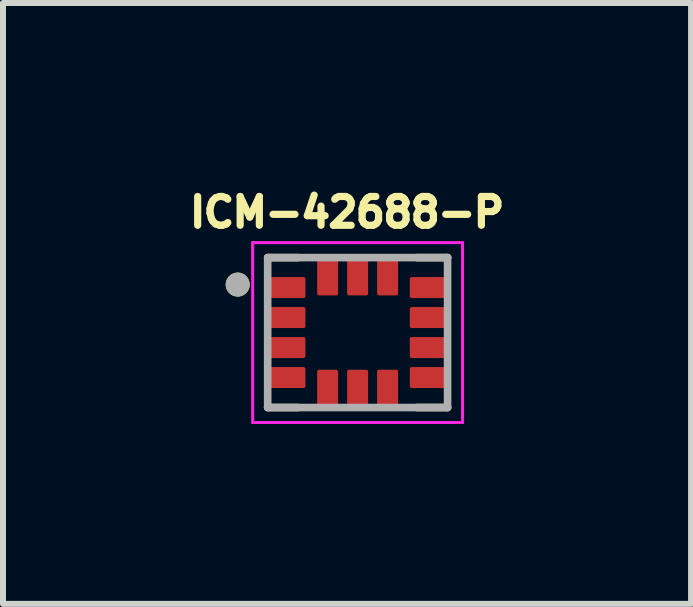
<source format=kicad_pcb>
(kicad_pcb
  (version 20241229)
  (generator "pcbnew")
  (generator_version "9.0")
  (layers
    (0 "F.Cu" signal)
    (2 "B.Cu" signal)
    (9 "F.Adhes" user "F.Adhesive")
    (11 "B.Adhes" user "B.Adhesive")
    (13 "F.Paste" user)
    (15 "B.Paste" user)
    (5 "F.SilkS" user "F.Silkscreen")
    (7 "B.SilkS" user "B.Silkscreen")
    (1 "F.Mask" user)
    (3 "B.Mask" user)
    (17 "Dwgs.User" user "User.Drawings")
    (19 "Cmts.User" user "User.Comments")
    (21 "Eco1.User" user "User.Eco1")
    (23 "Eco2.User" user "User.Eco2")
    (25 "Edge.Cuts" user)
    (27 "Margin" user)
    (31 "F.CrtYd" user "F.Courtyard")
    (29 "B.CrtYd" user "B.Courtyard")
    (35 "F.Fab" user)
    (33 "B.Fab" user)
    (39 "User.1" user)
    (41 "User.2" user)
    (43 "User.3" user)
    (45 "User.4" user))
  (footprint "ICM-42688-P"
    (layer "F.Cu")
    (at 2.914 2.496)
    (property "Reference" "ICM-42688-P" (at -0.176 -2.005 0) (layer "F.SilkS") (effects (font (size 0.48 0.48) (thickness 0.15))))
    (attr smd)
    (fp_poly (pts (xy -0.82 -0.85) (xy -0.82 -0.65) (xy -0.82 -0.643) (xy -0.821 -0.637) (xy -0.822 -0.63) (xy -0.823 -0.624) (xy -0.824 -0.618) (xy -0.826 -0.611) (xy -0.828 -0.605) (xy -0.831 -0.599) (xy -0.834 -0.593) (xy -0.837 -0.588) (xy -0.84 -0.582) (xy -0.844 -0.577) (xy -0.848 -0.571) (xy -0.852 -0.566) (xy -0.857 -0.562) (xy -0.861 -0.557) (xy -0.866 -0.553) (xy -0.872 -0.549) (xy -0.877 -0.545) (xy -0.882 -0.542) (xy -0.888 -0.539) (xy -0.894 -0.536) (xy -0.9 -0.533) (xy -0.906 -0.531) (xy -0.913 -0.529) (xy -0.919 -0.528) (xy -0.925 -0.527) (xy -0.932 -0.526) (xy -0.938 -0.525) (xy -0.945 -0.525) (xy -1.385 -0.525) (xy -1.392 -0.525) (xy -1.398 -0.526) (xy -1.405 -0.527) (xy -1.411 -0.528) (xy -1.417 -0.529) (xy -1.424 -0.531) (xy -1.43 -0.533) (xy -1.436 -0.536) (xy -1.442 -0.539) (xy -1.448 -0.542) (xy -1.453 -0.545) (xy -1.458 -0.549) (xy -1.464 -0.553) (xy -1.469 -0.557) (xy -1.473 -0.562) (xy -1.478 -0.566) (xy -1.482 -0.571) (xy -1.486 -0.577) (xy -1.49 -0.582) (xy -1.493 -0.588) (xy -1.496 -0.593) (xy -1.499 -0.599) (xy -1.502 -0.605) (xy -1.504 -0.611) (xy -1.506 -0.618) (xy -1.507 -0.624) (xy -1.508 -0.63) (xy -1.509 -0.637) (xy -1.51 -0.643) (xy -1.51 -0.65) (xy -1.51 -0.85) (xy -1.51 -0.857) (xy -1.509 -0.863) (xy -1.508 -0.87) (xy -1.507 -0.876) (xy -1.506 -0.882) (xy -1.504 -0.889) (xy -1.502 -0.895) (xy -1.499 -0.901) (xy -1.496 -0.907) (xy -1.493 -0.912) (xy -1.49 -0.918) (xy -1.486 -0.923) (xy -1.482 -0.929) (xy -1.478 -0.934) (xy -1.473 -0.938) (xy -1.469 -0.943) (xy -1.464 -0.947) (xy -1.458 -0.951) (xy -1.453 -0.955) (xy -1.448 -0.958) (xy -1.442 -0.961) (xy -1.436 -0.964) (xy -1.43 -0.967) (xy -1.424 -0.969) (xy -1.417 -0.971) (xy -1.411 -0.972) (xy -1.405 -0.973) (xy -1.398 -0.974) (xy -1.392 -0.975) (xy -1.385 -0.975) (xy -0.945 -0.975) (xy -0.938 -0.975) (xy -0.932 -0.974) (xy -0.925 -0.973) (xy -0.919 -0.972) (xy -0.913 -0.971) (xy -0.906 -0.969) (xy -0.9 -0.967) (xy -0.894 -0.964) (xy -0.888 -0.961) (xy -0.882 -0.958) (xy -0.877 -0.955) (xy -0.872 -0.951) (xy -0.866 -0.947) (xy -0.861 -0.943) (xy -0.857 -0.938) (xy -0.852 -0.934) (xy -0.848 -0.929) (xy -0.844 -0.923) (xy -0.84 -0.918) (xy -0.837 -0.912) (xy -0.834 -0.907) (xy -0.831 -0.901) (xy -0.828 -0.895) (xy -0.826 -0.889) (xy -0.824 -0.882) (xy -0.823 -0.876) (xy -0.822 -0.87) (xy -0.821 -0.863) (xy -0.82 -0.857) (xy -0.82 -0.85)) (stroke (width 0.01) (type solid)) (fill yes) (layer "F.Mask"))
    (fp_poly (pts (xy -0.82 -0.35) (xy -0.82 -0.15) (xy -0.82 -0.143) (xy -0.821 -0.137) (xy -0.822 -0.13) (xy -0.823 -0.124) (xy -0.824 -0.118) (xy -0.826 -0.111) (xy -0.828 -0.105) (xy -0.831 -0.099) (xy -0.834 -0.093) (xy -0.837 -0.088) (xy -0.84 -0.082) (xy -0.844 -0.077) (xy -0.848 -0.071) (xy -0.852 -0.066) (xy -0.857 -0.062) (xy -0.861 -0.057) (xy -0.866 -0.053) (xy -0.872 -0.049) (xy -0.877 -0.045) (xy -0.882 -0.042) (xy -0.888 -0.039) (xy -0.894 -0.036) (xy -0.9 -0.033) (xy -0.906 -0.031) (xy -0.913 -0.029) (xy -0.919 -0.028) (xy -0.925 -0.027) (xy -0.932 -0.026) (xy -0.938 -0.025) (xy -0.945 -0.025) (xy -1.385 -0.025) (xy -1.392 -0.025) (xy -1.398 -0.026) (xy -1.405 -0.027) (xy -1.411 -0.028) (xy -1.417 -0.029) (xy -1.424 -0.031) (xy -1.43 -0.033) (xy -1.436 -0.036) (xy -1.442 -0.039) (xy -1.448 -0.042) (xy -1.453 -0.045) (xy -1.458 -0.049) (xy -1.464 -0.053) (xy -1.469 -0.057) (xy -1.473 -0.062) (xy -1.478 -0.066) (xy -1.482 -0.071) (xy -1.486 -0.077) (xy -1.49 -0.082) (xy -1.493 -0.088) (xy -1.496 -0.093) (xy -1.499 -0.099) (xy -1.502 -0.105) (xy -1.504 -0.111) (xy -1.506 -0.118) (xy -1.507 -0.124) (xy -1.508 -0.13) (xy -1.509 -0.137) (xy -1.51 -0.143) (xy -1.51 -0.15) (xy -1.51 -0.35) (xy -1.51 -0.357) (xy -1.509 -0.363) (xy -1.508 -0.37) (xy -1.507 -0.376) (xy -1.506 -0.382) (xy -1.504 -0.389) (xy -1.502 -0.395) (xy -1.499 -0.401) (xy -1.496 -0.407) (xy -1.493 -0.412) (xy -1.49 -0.418) (xy -1.486 -0.423) (xy -1.482 -0.429) (xy -1.478 -0.434) (xy -1.473 -0.438) (xy -1.469 -0.443) (xy -1.464 -0.447) (xy -1.458 -0.451) (xy -1.453 -0.455) (xy -1.448 -0.458) (xy -1.442 -0.461) (xy -1.436 -0.464) (xy -1.43 -0.467) (xy -1.424 -0.469) (xy -1.417 -0.471) (xy -1.411 -0.472) (xy -1.405 -0.473) (xy -1.398 -0.474) (xy -1.392 -0.475) (xy -1.385 -0.475) (xy -0.945 -0.475) (xy -0.938 -0.475) (xy -0.932 -0.474) (xy -0.925 -0.473) (xy -0.919 -0.472) (xy -0.913 -0.471) (xy -0.906 -0.469) (xy -0.9 -0.467) (xy -0.894 -0.464) (xy -0.888 -0.461) (xy -0.882 -0.458) (xy -0.877 -0.455) (xy -0.872 -0.451) (xy -0.866 -0.447) (xy -0.861 -0.443) (xy -0.857 -0.438) (xy -0.852 -0.434) (xy -0.848 -0.429) (xy -0.844 -0.423) (xy -0.84 -0.418) (xy -0.837 -0.412) (xy -0.834 -0.407) (xy -0.831 -0.401) (xy -0.828 -0.395) (xy -0.826 -0.389) (xy -0.824 -0.382) (xy -0.823 -0.376) (xy -0.822 -0.37) (xy -0.821 -0.363) (xy -0.82 -0.357) (xy -0.82 -0.35)) (stroke (width 0.01) (type solid)) (fill yes) (layer "F.Mask"))
    (fp_poly (pts (xy -0.82 0.15) (xy -0.82 0.35) (xy -0.82 0.357) (xy -0.821 0.363) (xy -0.822 0.37) (xy -0.823 0.376) (xy -0.824 0.382) (xy -0.826 0.389) (xy -0.828 0.395) (xy -0.831 0.401) (xy -0.834 0.407) (xy -0.837 0.412) (xy -0.84 0.418) (xy -0.844 0.423) (xy -0.848 0.429) (xy -0.852 0.434) (xy -0.857 0.438) (xy -0.861 0.443) (xy -0.866 0.447) (xy -0.872 0.451) (xy -0.877 0.455) (xy -0.882 0.458) (xy -0.888 0.461) (xy -0.894 0.464) (xy -0.9 0.467) (xy -0.906 0.469) (xy -0.913 0.471) (xy -0.919 0.472) (xy -0.925 0.473) (xy -0.932 0.474) (xy -0.938 0.475) (xy -0.945 0.475) (xy -1.385 0.475) (xy -1.392 0.475) (xy -1.398 0.474) (xy -1.405 0.473) (xy -1.411 0.472) (xy -1.417 0.471) (xy -1.424 0.469) (xy -1.43 0.467) (xy -1.436 0.464) (xy -1.442 0.461) (xy -1.448 0.458) (xy -1.453 0.455) (xy -1.458 0.451) (xy -1.464 0.447) (xy -1.469 0.443) (xy -1.473 0.438) (xy -1.478 0.434) (xy -1.482 0.429) (xy -1.486 0.423) (xy -1.49 0.418) (xy -1.493 0.412) (xy -1.496 0.407) (xy -1.499 0.401) (xy -1.502 0.395) (xy -1.504 0.389) (xy -1.506 0.382) (xy -1.507 0.376) (xy -1.508 0.37) (xy -1.509 0.363) (xy -1.51 0.357) (xy -1.51 0.35) (xy -1.51 0.15) (xy -1.51 0.143) (xy -1.509 0.137) (xy -1.508 0.13) (xy -1.507 0.124) (xy -1.506 0.118) (xy -1.504 0.111) (xy -1.502 0.105) (xy -1.499 0.099) (xy -1.496 0.093) (xy -1.493 0.088) (xy -1.49 0.082) (xy -1.486 0.077) (xy -1.482 0.071) (xy -1.478 0.066) (xy -1.473 0.062) (xy -1.469 0.057) (xy -1.464 0.053) (xy -1.458 0.049) (xy -1.453 0.045) (xy -1.448 0.042) (xy -1.442 0.039) (xy -1.436 0.036) (xy -1.43 0.033) (xy -1.424 0.031) (xy -1.417 0.029) (xy -1.411 0.028) (xy -1.405 0.027) (xy -1.398 0.026) (xy -1.392 0.025) (xy -1.385 0.025) (xy -0.945 0.025) (xy -0.938 0.025) (xy -0.932 0.026) (xy -0.925 0.027) (xy -0.919 0.028) (xy -0.913 0.029) (xy -0.906 0.031) (xy -0.9 0.033) (xy -0.894 0.036) (xy -0.888 0.039) (xy -0.882 0.042) (xy -0.877 0.045) (xy -0.872 0.049) (xy -0.866 0.053) (xy -0.861 0.057) (xy -0.857 0.062) (xy -0.852 0.066) (xy -0.848 0.071) (xy -0.844 0.077) (xy -0.84 0.082) (xy -0.837 0.088) (xy -0.834 0.093) (xy -0.831 0.099) (xy -0.828 0.105) (xy -0.826 0.111) (xy -0.824 0.118) (xy -0.823 0.124) (xy -0.822 0.13) (xy -0.821 0.137) (xy -0.82 0.143) (xy -0.82 0.15)) (stroke (width 0.01) (type solid)) (fill yes) (layer "F.Mask"))
    (fp_poly (pts (xy -0.82 0.65) (xy -0.82 0.85) (xy -0.82 0.857) (xy -0.821 0.863) (xy -0.822 0.87) (xy -0.823 0.876) (xy -0.824 0.882) (xy -0.826 0.889) (xy -0.828 0.895) (xy -0.831 0.901) (xy -0.834 0.907) (xy -0.837 0.912) (xy -0.84 0.918) (xy -0.844 0.923) (xy -0.848 0.929) (xy -0.852 0.934) (xy -0.857 0.938) (xy -0.861 0.943) (xy -0.866 0.947) (xy -0.872 0.951) (xy -0.877 0.955) (xy -0.882 0.958) (xy -0.888 0.961) (xy -0.894 0.964) (xy -0.9 0.967) (xy -0.906 0.969) (xy -0.913 0.971) (xy -0.919 0.972) (xy -0.925 0.973) (xy -0.932 0.974) (xy -0.938 0.975) (xy -0.945 0.975) (xy -1.385 0.975) (xy -1.392 0.975) (xy -1.398 0.974) (xy -1.405 0.973) (xy -1.411 0.972) (xy -1.417 0.971) (xy -1.424 0.969) (xy -1.43 0.967) (xy -1.436 0.964) (xy -1.442 0.961) (xy -1.448 0.958) (xy -1.453 0.955) (xy -1.458 0.951) (xy -1.464 0.947) (xy -1.469 0.943) (xy -1.473 0.938) (xy -1.478 0.934) (xy -1.482 0.929) (xy -1.486 0.923) (xy -1.49 0.918) (xy -1.493 0.912) (xy -1.496 0.907) (xy -1.499 0.901) (xy -1.502 0.895) (xy -1.504 0.889) (xy -1.506 0.882) (xy -1.507 0.876) (xy -1.508 0.87) (xy -1.509 0.863) (xy -1.51 0.857) (xy -1.51 0.85) (xy -1.51 0.65) (xy -1.51 0.643) (xy -1.509 0.637) (xy -1.508 0.63) (xy -1.507 0.624) (xy -1.506 0.618) (xy -1.504 0.611) (xy -1.502 0.605) (xy -1.499 0.599) (xy -1.496 0.593) (xy -1.493 0.588) (xy -1.49 0.582) (xy -1.486 0.577) (xy -1.482 0.571) (xy -1.478 0.566) (xy -1.473 0.562) (xy -1.469 0.557) (xy -1.464 0.553) (xy -1.458 0.549) (xy -1.453 0.545) (xy -1.448 0.542) (xy -1.442 0.539) (xy -1.436 0.536) (xy -1.43 0.533) (xy -1.424 0.531) (xy -1.417 0.529) (xy -1.411 0.528) (xy -1.405 0.527) (xy -1.398 0.526) (xy -1.392 0.525) (xy -1.385 0.525) (xy -0.945 0.525) (xy -0.938 0.525) (xy -0.932 0.526) (xy -0.925 0.527) (xy -0.919 0.528) (xy -0.913 0.529) (xy -0.906 0.531) (xy -0.9 0.533) (xy -0.894 0.536) (xy -0.888 0.539) (xy -0.882 0.542) (xy -0.877 0.545) (xy -0.872 0.549) (xy -0.866 0.553) (xy -0.861 0.557) (xy -0.857 0.562) (xy -0.852 0.566) (xy -0.848 0.571) (xy -0.844 0.577) (xy -0.84 0.582) (xy -0.837 0.588) (xy -0.834 0.593) (xy -0.831 0.599) (xy -0.828 0.605) (xy -0.826 0.611) (xy -0.824 0.618) (xy -0.823 0.624) (xy -0.822 0.63) (xy -0.821 0.637) (xy -0.82 0.643) (xy -0.82 0.65)) (stroke (width 0.01) (type solid)) (fill yes) (layer "F.Mask"))
    (fp_poly (pts (xy -0.6 -1.26) (xy -0.4 -1.26) (xy -0.393 -1.26) (xy -0.387 -1.259) (xy -0.38 -1.258) (xy -0.374 -1.257) (xy -0.368 -1.256) (xy -0.361 -1.254) (xy -0.355 -1.252) (xy -0.349 -1.249) (xy -0.343 -1.246) (xy -0.338 -1.243) (xy -0.332 -1.24) (xy -0.327 -1.236) (xy -0.321 -1.232) (xy -0.316 -1.228) (xy -0.312 -1.223) (xy -0.307 -1.219) (xy -0.303 -1.214) (xy -0.299 -1.208) (xy -0.295 -1.203) (xy -0.292 -1.198) (xy -0.289 -1.192) (xy -0.286 -1.186) (xy -0.283 -1.18) (xy -0.281 -1.174) (xy -0.279 -1.167) (xy -0.278 -1.161) (xy -0.277 -1.155) (xy -0.276 -1.148) (xy -0.275 -1.142) (xy -0.275 -1.135) (xy -0.275 -0.695) (xy -0.275 -0.688) (xy -0.276 -0.682) (xy -0.277 -0.675) (xy -0.278 -0.669) (xy -0.279 -0.663) (xy -0.281 -0.656) (xy -0.283 -0.65) (xy -0.286 -0.644) (xy -0.289 -0.638) (xy -0.292 -0.632) (xy -0.295 -0.627) (xy -0.299 -0.622) (xy -0.303 -0.616) (xy -0.307 -0.611) (xy -0.312 -0.607) (xy -0.316 -0.602) (xy -0.321 -0.598) (xy -0.327 -0.594) (xy -0.332 -0.59) (xy -0.338 -0.587) (xy -0.343 -0.584) (xy -0.349 -0.581) (xy -0.355 -0.578) (xy -0.361 -0.576) (xy -0.368 -0.574) (xy -0.374 -0.573) (xy -0.38 -0.572) (xy -0.387 -0.571) (xy -0.393 -0.57) (xy -0.4 -0.57) (xy -0.6 -0.57) (xy -0.607 -0.57) (xy -0.613 -0.571) (xy -0.62 -0.572) (xy -0.626 -0.573) (xy -0.632 -0.574) (xy -0.639 -0.576) (xy -0.645 -0.578) (xy -0.651 -0.581) (xy -0.657 -0.584) (xy -0.663 -0.587) (xy -0.668 -0.59) (xy -0.673 -0.594) (xy -0.679 -0.598) (xy -0.684 -0.602) (xy -0.688 -0.607) (xy -0.693 -0.611) (xy -0.697 -0.616) (xy -0.701 -0.622) (xy -0.705 -0.627) (xy -0.708 -0.632) (xy -0.711 -0.638) (xy -0.714 -0.644) (xy -0.717 -0.65) (xy -0.719 -0.656) (xy -0.721 -0.663) (xy -0.722 -0.669) (xy -0.723 -0.675) (xy -0.724 -0.682) (xy -0.725 -0.688) (xy -0.725 -0.695) (xy -0.725 -1.135) (xy -0.725 -1.142) (xy -0.724 -1.148) (xy -0.723 -1.155) (xy -0.722 -1.161) (xy -0.721 -1.167) (xy -0.719 -1.174) (xy -0.717 -1.18) (xy -0.714 -1.186) (xy -0.711 -1.192) (xy -0.708 -1.198) (xy -0.705 -1.203) (xy -0.701 -1.208) (xy -0.697 -1.214) (xy -0.693 -1.219) (xy -0.688 -1.223) (xy -0.684 -1.228) (xy -0.679 -1.232) (xy -0.673 -1.236) (xy -0.668 -1.24) (xy -0.662 -1.243) (xy -0.657 -1.246) (xy -0.651 -1.249) (xy -0.645 -1.252) (xy -0.639 -1.254) (xy -0.632 -1.256) (xy -0.626 -1.257) (xy -0.62 -1.258) (xy -0.613 -1.259) (xy -0.607 -1.26) (xy -0.6 -1.26)) (stroke (width 0.01) (type solid)) (fill yes) (layer "F.Mask"))
    (fp_poly (pts (xy -0.6 0.57) (xy -0.4 0.57) (xy -0.393 0.57) (xy -0.387 0.571) (xy -0.38 0.572) (xy -0.374 0.573) (xy -0.368 0.574) (xy -0.361 0.576) (xy -0.355 0.578) (xy -0.349 0.581) (xy -0.343 0.584) (xy -0.338 0.587) (xy -0.332 0.59) (xy -0.327 0.594) (xy -0.321 0.598) (xy -0.316 0.602) (xy -0.312 0.607) (xy -0.307 0.611) (xy -0.303 0.616) (xy -0.299 0.622) (xy -0.295 0.627) (xy -0.292 0.632) (xy -0.289 0.638) (xy -0.286 0.644) (xy -0.283 0.65) (xy -0.281 0.656) (xy -0.279 0.663) (xy -0.278 0.669) (xy -0.277 0.675) (xy -0.276 0.682) (xy -0.275 0.688) (xy -0.275 0.695) (xy -0.275 1.135) (xy -0.275 1.142) (xy -0.276 1.148) (xy -0.277 1.155) (xy -0.278 1.161) (xy -0.279 1.167) (xy -0.281 1.174) (xy -0.283 1.18) (xy -0.286 1.186) (xy -0.289 1.192) (xy -0.292 1.198) (xy -0.295 1.203) (xy -0.299 1.208) (xy -0.303 1.214) (xy -0.307 1.219) (xy -0.312 1.223) (xy -0.316 1.228) (xy -0.321 1.232) (xy -0.327 1.236) (xy -0.332 1.24) (xy -0.338 1.243) (xy -0.343 1.246) (xy -0.349 1.249) (xy -0.355 1.252) (xy -0.361 1.254) (xy -0.368 1.256) (xy -0.374 1.257) (xy -0.38 1.258) (xy -0.387 1.259) (xy -0.393 1.26) (xy -0.4 1.26) (xy -0.6 1.26) (xy -0.607 1.26) (xy -0.613 1.259) (xy -0.62 1.258) (xy -0.626 1.257) (xy -0.632 1.256) (xy -0.639 1.254) (xy -0.645 1.252) (xy -0.651 1.249) (xy -0.657 1.246) (xy -0.663 1.243) (xy -0.668 1.24) (xy -0.673 1.236) (xy -0.679 1.232) (xy -0.684 1.228) (xy -0.688 1.223) (xy -0.693 1.219) (xy -0.697 1.214) (xy -0.701 1.208) (xy -0.705 1.203) (xy -0.708 1.198) (xy -0.711 1.192) (xy -0.714 1.186) (xy -0.717 1.18) (xy -0.719 1.174) (xy -0.721 1.167) (xy -0.722 1.161) (xy -0.723 1.155) (xy -0.724 1.148) (xy -0.725 1.142) (xy -0.725 1.135) (xy -0.725 0.695) (xy -0.725 0.688) (xy -0.724 0.682) (xy -0.723 0.675) (xy -0.722 0.669) (xy -0.721 0.663) (xy -0.719 0.656) (xy -0.717 0.65) (xy -0.714 0.644) (xy -0.711 0.638) (xy -0.708 0.632) (xy -0.705 0.627) (xy -0.701 0.622) (xy -0.697 0.616) (xy -0.693 0.611) (xy -0.688 0.607) (xy -0.684 0.602) (xy -0.679 0.598) (xy -0.673 0.594) (xy -0.668 0.59) (xy -0.662 0.587) (xy -0.657 0.584) (xy -0.651 0.581) (xy -0.645 0.578) (xy -0.639 0.576) (xy -0.632 0.574) (xy -0.626 0.573) (xy -0.62 0.572) (xy -0.613 0.571) (xy -0.607 0.57) (xy -0.6 0.57)) (stroke (width 0.01) (type solid)) (fill yes) (layer "F.Mask"))
    (fp_poly (pts (xy -0.1 -1.26) (xy 0.1 -1.26) (xy 0.107 -1.26) (xy 0.113 -1.259) (xy 0.12 -1.258) (xy 0.126 -1.257) (xy 0.132 -1.256) (xy 0.139 -1.254) (xy 0.145 -1.252) (xy 0.151 -1.249) (xy 0.157 -1.246) (xy 0.163 -1.243) (xy 0.168 -1.24) (xy 0.173 -1.236) (xy 0.179 -1.232) (xy 0.184 -1.228) (xy 0.188 -1.223) (xy 0.193 -1.219) (xy 0.197 -1.214) (xy 0.201 -1.208) (xy 0.205 -1.203) (xy 0.208 -1.198) (xy 0.211 -1.192) (xy 0.214 -1.186) (xy 0.217 -1.18) (xy 0.219 -1.174) (xy 0.221 -1.167) (xy 0.222 -1.161) (xy 0.223 -1.155) (xy 0.224 -1.148) (xy 0.225 -1.142) (xy 0.225 -1.135) (xy 0.225 -0.695) (xy 0.225 -0.688) (xy 0.224 -0.682) (xy 0.223 -0.675) (xy 0.222 -0.669) (xy 0.221 -0.663) (xy 0.219 -0.656) (xy 0.217 -0.65) (xy 0.214 -0.644) (xy 0.211 -0.638) (xy 0.208 -0.632) (xy 0.205 -0.627) (xy 0.201 -0.622) (xy 0.197 -0.616) (xy 0.193 -0.611) (xy 0.188 -0.607) (xy 0.184 -0.602) (xy 0.179 -0.598) (xy 0.173 -0.594) (xy 0.168 -0.59) (xy 0.163 -0.587) (xy 0.157 -0.584) (xy 0.151 -0.581) (xy 0.145 -0.578) (xy 0.139 -0.576) (xy 0.132 -0.574) (xy 0.126 -0.573) (xy 0.12 -0.572) (xy 0.113 -0.571) (xy 0.107 -0.57) (xy 0.1 -0.57) (xy -0.1 -0.57) (xy -0.107 -0.57) (xy -0.113 -0.571) (xy -0.12 -0.572) (xy -0.126 -0.573) (xy -0.132 -0.574) (xy -0.139 -0.576) (xy -0.145 -0.578) (xy -0.151 -0.581) (xy -0.157 -0.584) (xy -0.163 -0.587) (xy -0.168 -0.59) (xy -0.173 -0.594) (xy -0.179 -0.598) (xy -0.184 -0.602) (xy -0.188 -0.607) (xy -0.193 -0.611) (xy -0.197 -0.616) (xy -0.201 -0.622) (xy -0.205 -0.627) (xy -0.208 -0.632) (xy -0.211 -0.638) (xy -0.214 -0.644) (xy -0.217 -0.65) (xy -0.219 -0.656) (xy -0.221 -0.663) (xy -0.222 -0.669) (xy -0.223 -0.675) (xy -0.224 -0.682) (xy -0.225 -0.688) (xy -0.225 -0.695) (xy -0.225 -1.135) (xy -0.225 -1.142) (xy -0.224 -1.148) (xy -0.223 -1.155) (xy -0.222 -1.161) (xy -0.221 -1.167) (xy -0.219 -1.174) (xy -0.217 -1.18) (xy -0.214 -1.186) (xy -0.211 -1.192) (xy -0.208 -1.198) (xy -0.205 -1.203) (xy -0.201 -1.208) (xy -0.197 -1.214) (xy -0.193 -1.219) (xy -0.188 -1.223) (xy -0.184 -1.228) (xy -0.179 -1.232) (xy -0.173 -1.236) (xy -0.168 -1.24) (xy -0.162 -1.243) (xy -0.157 -1.246) (xy -0.151 -1.249) (xy -0.145 -1.252) (xy -0.139 -1.254) (xy -0.132 -1.256) (xy -0.126 -1.257) (xy -0.12 -1.258) (xy -0.113 -1.259) (xy -0.107 -1.26) (xy -0.1 -1.26)) (stroke (width 0.01) (type solid)) (fill yes) (layer "F.Mask"))
    (fp_poly (pts (xy -0.1 0.57) (xy 0.1 0.57) (xy 0.107 0.57) (xy 0.113 0.571) (xy 0.12 0.572) (xy 0.126 0.573) (xy 0.132 0.574) (xy 0.139 0.576) (xy 0.145 0.578) (xy 0.151 0.581) (xy 0.157 0.584) (xy 0.163 0.587) (xy 0.168 0.59) (xy 0.173 0.594) (xy 0.179 0.598) (xy 0.184 0.602) (xy 0.188 0.607) (xy 0.193 0.611) (xy 0.197 0.616) (xy 0.201 0.622) (xy 0.205 0.627) (xy 0.208 0.632) (xy 0.211 0.638) (xy 0.214 0.644) (xy 0.217 0.65) (xy 0.219 0.656) (xy 0.221 0.663) (xy 0.222 0.669) (xy 0.223 0.675) (xy 0.224 0.682) (xy 0.225 0.688) (xy 0.225 0.695) (xy 0.225 1.135) (xy 0.225 1.142) (xy 0.224 1.148) (xy 0.223 1.155) (xy 0.222 1.161) (xy 0.221 1.167) (xy 0.219 1.174) (xy 0.217 1.18) (xy 0.214 1.186) (xy 0.211 1.192) (xy 0.208 1.198) (xy 0.205 1.203) (xy 0.201 1.208) (xy 0.197 1.214) (xy 0.193 1.219) (xy 0.188 1.223) (xy 0.184 1.228) (xy 0.179 1.232) (xy 0.173 1.236) (xy 0.168 1.24) (xy 0.163 1.243) (xy 0.157 1.246) (xy 0.151 1.249) (xy 0.145 1.252) (xy 0.139 1.254) (xy 0.132 1.256) (xy 0.126 1.257) (xy 0.12 1.258) (xy 0.113 1.259) (xy 0.107 1.26) (xy 0.1 1.26) (xy -0.1 1.26) (xy -0.107 1.26) (xy -0.113 1.259) (xy -0.12 1.258) (xy -0.126 1.257) (xy -0.132 1.256) (xy -0.139 1.254) (xy -0.145 1.252) (xy -0.151 1.249) (xy -0.157 1.246) (xy -0.163 1.243) (xy -0.168 1.24) (xy -0.173 1.236) (xy -0.179 1.232) (xy -0.184 1.228) (xy -0.188 1.223) (xy -0.193 1.219) (xy -0.197 1.214) (xy -0.201 1.208) (xy -0.205 1.203) (xy -0.208 1.198) (xy -0.211 1.192) (xy -0.214 1.186) (xy -0.217 1.18) (xy -0.219 1.174) (xy -0.221 1.167) (xy -0.222 1.161) (xy -0.223 1.155) (xy -0.224 1.148) (xy -0.225 1.142) (xy -0.225 1.135) (xy -0.225 0.695) (xy -0.225 0.688) (xy -0.224 0.682) (xy -0.223 0.675) (xy -0.222 0.669) (xy -0.221 0.663) (xy -0.219 0.656) (xy -0.217 0.65) (xy -0.214 0.644) (xy -0.211 0.638) (xy -0.208 0.632) (xy -0.205 0.627) (xy -0.201 0.622) (xy -0.197 0.616) (xy -0.193 0.611) (xy -0.188 0.607) (xy -0.184 0.602) (xy -0.179 0.598) (xy -0.173 0.594) (xy -0.168 0.59) (xy -0.162 0.587) (xy -0.157 0.584) (xy -0.151 0.581) (xy -0.145 0.578) (xy -0.139 0.576) (xy -0.132 0.574) (xy -0.126 0.573) (xy -0.12 0.572) (xy -0.113 0.571) (xy -0.107 0.57) (xy -0.1 0.57)) (stroke (width 0.01) (type solid)) (fill yes) (layer "F.Mask"))
    (fp_poly (pts (xy 0.4 -1.26) (xy 0.6 -1.26) (xy 0.607 -1.26) (xy 0.613 -1.259) (xy 0.62 -1.258) (xy 0.626 -1.257) (xy 0.632 -1.256) (xy 0.639 -1.254) (xy 0.645 -1.252) (xy 0.651 -1.249) (xy 0.657 -1.246) (xy 0.662 -1.243) (xy 0.668 -1.24) (xy 0.673 -1.236) (xy 0.679 -1.232) (xy 0.684 -1.228) (xy 0.688 -1.223) (xy 0.693 -1.219) (xy 0.697 -1.214) (xy 0.701 -1.208) (xy 0.705 -1.203) (xy 0.708 -1.198) (xy 0.711 -1.192) (xy 0.714 -1.186) (xy 0.717 -1.18) (xy 0.719 -1.174) (xy 0.721 -1.167) (xy 0.722 -1.161) (xy 0.723 -1.155) (xy 0.724 -1.148) (xy 0.725 -1.142) (xy 0.725 -1.135) (xy 0.725 -0.695) (xy 0.725 -0.688) (xy 0.724 -0.682) (xy 0.723 -0.675) (xy 0.722 -0.669) (xy 0.721 -0.663) (xy 0.719 -0.656) (xy 0.717 -0.65) (xy 0.714 -0.644) (xy 0.711 -0.638) (xy 0.708 -0.632) (xy 0.705 -0.627) (xy 0.701 -0.622) (xy 0.697 -0.616) (xy 0.693 -0.611) (xy 0.688 -0.607) (xy 0.684 -0.602) (xy 0.679 -0.598) (xy 0.673 -0.594) (xy 0.668 -0.59) (xy 0.662 -0.587) (xy 0.657 -0.584) (xy 0.651 -0.581) (xy 0.645 -0.578) (xy 0.639 -0.576) (xy 0.632 -0.574) (xy 0.626 -0.573) (xy 0.62 -0.572) (xy 0.613 -0.571) (xy 0.607 -0.57) (xy 0.6 -0.57) (xy 0.4 -0.57) (xy 0.393 -0.57) (xy 0.387 -0.571) (xy 0.38 -0.572) (xy 0.374 -0.573) (xy 0.368 -0.574) (xy 0.361 -0.576) (xy 0.355 -0.578) (xy 0.349 -0.581) (xy 0.343 -0.584) (xy 0.337 -0.587) (xy 0.332 -0.59) (xy 0.327 -0.594) (xy 0.321 -0.598) (xy 0.316 -0.602) (xy 0.312 -0.607) (xy 0.307 -0.611) (xy 0.303 -0.616) (xy 0.299 -0.622) (xy 0.295 -0.627) (xy 0.292 -0.632) (xy 0.289 -0.638) (xy 0.286 -0.644) (xy 0.283 -0.65) (xy 0.281 -0.656) (xy 0.279 -0.663) (xy 0.278 -0.669) (xy 0.277 -0.675) (xy 0.276 -0.682) (xy 0.275 -0.688) (xy 0.275 -0.695) (xy 0.275 -1.135) (xy 0.275 -1.142) (xy 0.276 -1.148) (xy 0.277 -1.155) (xy 0.278 -1.161) (xy 0.279 -1.167) (xy 0.281 -1.174) (xy 0.283 -1.18) (xy 0.286 -1.186) (xy 0.289 -1.192) (xy 0.292 -1.198) (xy 0.295 -1.203) (xy 0.299 -1.208) (xy 0.303 -1.214) (xy 0.307 -1.219) (xy 0.312 -1.223) (xy 0.316 -1.228) (xy 0.321 -1.232) (xy 0.327 -1.236) (xy 0.332 -1.24) (xy 0.338 -1.243) (xy 0.343 -1.246) (xy 0.349 -1.249) (xy 0.355 -1.252) (xy 0.361 -1.254) (xy 0.368 -1.256) (xy 0.374 -1.257) (xy 0.38 -1.258) (xy 0.387 -1.259) (xy 0.393 -1.26) (xy 0.4 -1.26)) (stroke (width 0.01) (type solid)) (fill yes) (layer "F.Mask"))
    (fp_poly (pts (xy 0.4 0.57) (xy 0.6 0.57) (xy 0.607 0.57) (xy 0.613 0.571) (xy 0.62 0.572) (xy 0.626 0.573) (xy 0.632 0.574) (xy 0.639 0.576) (xy 0.645 0.578) (xy 0.651 0.581) (xy 0.657 0.584) (xy 0.662 0.587) (xy 0.668 0.59) (xy 0.673 0.594) (xy 0.679 0.598) (xy 0.684 0.602) (xy 0.688 0.607) (xy 0.693 0.611) (xy 0.697 0.616) (xy 0.701 0.622) (xy 0.705 0.627) (xy 0.708 0.632) (xy 0.711 0.638) (xy 0.714 0.644) (xy 0.717 0.65) (xy 0.719 0.656) (xy 0.721 0.663) (xy 0.722 0.669) (xy 0.723 0.675) (xy 0.724 0.682) (xy 0.725 0.688) (xy 0.725 0.695) (xy 0.725 1.135) (xy 0.725 1.142) (xy 0.724 1.148) (xy 0.723 1.155) (xy 0.722 1.161) (xy 0.721 1.167) (xy 0.719 1.174) (xy 0.717 1.18) (xy 0.714 1.186) (xy 0.711 1.192) (xy 0.708 1.198) (xy 0.705 1.203) (xy 0.701 1.208) (xy 0.697 1.214) (xy 0.693 1.219) (xy 0.688 1.223) (xy 0.684 1.228) (xy 0.679 1.232) (xy 0.673 1.236) (xy 0.668 1.24) (xy 0.662 1.243) (xy 0.657 1.246) (xy 0.651 1.249) (xy 0.645 1.252) (xy 0.639 1.254) (xy 0.632 1.256) (xy 0.626 1.257) (xy 0.62 1.258) (xy 0.613 1.259) (xy 0.607 1.26) (xy 0.6 1.26) (xy 0.4 1.26) (xy 0.393 1.26) (xy 0.387 1.259) (xy 0.38 1.258) (xy 0.374 1.257) (xy 0.368 1.256) (xy 0.361 1.254) (xy 0.355 1.252) (xy 0.349 1.249) (xy 0.343 1.246) (xy 0.337 1.243) (xy 0.332 1.24) (xy 0.327 1.236) (xy 0.321 1.232) (xy 0.316 1.228) (xy 0.312 1.223) (xy 0.307 1.219) (xy 0.303 1.214) (xy 0.299 1.208) (xy 0.295 1.203) (xy 0.292 1.198) (xy 0.289 1.192) (xy 0.286 1.186) (xy 0.283 1.18) (xy 0.281 1.174) (xy 0.279 1.167) (xy 0.278 1.161) (xy 0.277 1.155) (xy 0.276 1.148) (xy 0.275 1.142) (xy 0.275 1.135) (xy 0.275 0.695) (xy 0.275 0.688) (xy 0.276 0.682) (xy 0.277 0.675) (xy 0.278 0.669) (xy 0.279 0.663) (xy 0.281 0.656) (xy 0.283 0.65) (xy 0.286 0.644) (xy 0.289 0.638) (xy 0.292 0.632) (xy 0.295 0.627) (xy 0.299 0.622) (xy 0.303 0.616) (xy 0.307 0.611) (xy 0.312 0.607) (xy 0.316 0.602) (xy 0.321 0.598) (xy 0.327 0.594) (xy 0.332 0.59) (xy 0.338 0.587) (xy 0.343 0.584) (xy 0.349 0.581) (xy 0.355 0.578) (xy 0.361 0.576) (xy 0.368 0.574) (xy 0.374 0.573) (xy 0.38 0.572) (xy 0.387 0.571) (xy 0.393 0.57) (xy 0.4 0.57)) (stroke (width 0.01) (type solid)) (fill yes) (layer "F.Mask"))
    (fp_poly (pts (xy 1.51 -0.85) (xy 1.51 -0.65) (xy 1.51 -0.643) (xy 1.509 -0.637) (xy 1.508 -0.63) (xy 1.507 -0.624) (xy 1.506 -0.618) (xy 1.504 -0.611) (xy 1.502 -0.605) (xy 1.499 -0.599) (xy 1.496 -0.593) (xy 1.493 -0.588) (xy 1.49 -0.582) (xy 1.486 -0.577) (xy 1.482 -0.571) (xy 1.478 -0.566) (xy 1.473 -0.562) (xy 1.469 -0.557) (xy 1.464 -0.553) (xy 1.458 -0.549) (xy 1.453 -0.545) (xy 1.448 -0.542) (xy 1.442 -0.539) (xy 1.436 -0.536) (xy 1.43 -0.533) (xy 1.424 -0.531) (xy 1.417 -0.529) (xy 1.411 -0.528) (xy 1.405 -0.527) (xy 1.398 -0.526) (xy 1.392 -0.525) (xy 1.385 -0.525) (xy 0.945 -0.525) (xy 0.938 -0.525) (xy 0.932 -0.526) (xy 0.925 -0.527) (xy 0.919 -0.528) (xy 0.913 -0.529) (xy 0.906 -0.531) (xy 0.9 -0.533) (xy 0.894 -0.536) (xy 0.888 -0.539) (xy 0.882 -0.542) (xy 0.877 -0.545) (xy 0.872 -0.549) (xy 0.866 -0.553) (xy 0.861 -0.557) (xy 0.857 -0.562) (xy 0.852 -0.566) (xy 0.848 -0.571) (xy 0.844 -0.577) (xy 0.84 -0.582) (xy 0.837 -0.588) (xy 0.834 -0.593) (xy 0.831 -0.599) (xy 0.828 -0.605) (xy 0.826 -0.611) (xy 0.824 -0.618) (xy 0.823 -0.624) (xy 0.822 -0.63) (xy 0.821 -0.637) (xy 0.82 -0.643) (xy 0.82 -0.65) (xy 0.82 -0.85) (xy 0.82 -0.857) (xy 0.821 -0.863) (xy 0.822 -0.87) (xy 0.823 -0.876) (xy 0.824 -0.882) (xy 0.826 -0.889) (xy 0.828 -0.895) (xy 0.831 -0.901) (xy 0.834 -0.907) (xy 0.837 -0.912) (xy 0.84 -0.918) (xy 0.844 -0.923) (xy 0.848 -0.929) (xy 0.852 -0.934) (xy 0.857 -0.938) (xy 0.861 -0.943) (xy 0.866 -0.947) (xy 0.872 -0.951) (xy 0.877 -0.955) (xy 0.882 -0.958) (xy 0.888 -0.961) (xy 0.894 -0.964) (xy 0.9 -0.967) (xy 0.906 -0.969) (xy 0.913 -0.971) (xy 0.919 -0.972) (xy 0.925 -0.973) (xy 0.932 -0.974) (xy 0.938 -0.975) (xy 0.945 -0.975) (xy 1.385 -0.975) (xy 1.392 -0.975) (xy 1.398 -0.974) (xy 1.405 -0.973) (xy 1.411 -0.972) (xy 1.417 -0.971) (xy 1.424 -0.969) (xy 1.43 -0.967) (xy 1.436 -0.964) (xy 1.442 -0.961) (xy 1.448 -0.958) (xy 1.453 -0.955) (xy 1.458 -0.951) (xy 1.464 -0.947) (xy 1.469 -0.943) (xy 1.473 -0.938) (xy 1.478 -0.934) (xy 1.482 -0.929) (xy 1.486 -0.923) (xy 1.49 -0.918) (xy 1.493 -0.912) (xy 1.496 -0.907) (xy 1.499 -0.901) (xy 1.502 -0.895) (xy 1.504 -0.889) (xy 1.506 -0.882) (xy 1.507 -0.876) (xy 1.508 -0.87) (xy 1.509 -0.863) (xy 1.51 -0.857) (xy 1.51 -0.85)) (stroke (width 0.01) (type solid)) (fill yes) (layer "F.Mask"))
    (fp_poly (pts (xy 1.51 -0.35) (xy 1.51 -0.15) (xy 1.51 -0.143) (xy 1.509 -0.137) (xy 1.508 -0.13) (xy 1.507 -0.124) (xy 1.506 -0.118) (xy 1.504 -0.111) (xy 1.502 -0.105) (xy 1.499 -0.099) (xy 1.496 -0.093) (xy 1.493 -0.088) (xy 1.49 -0.082) (xy 1.486 -0.077) (xy 1.482 -0.071) (xy 1.478 -0.066) (xy 1.473 -0.062) (xy 1.469 -0.057) (xy 1.464 -0.053) (xy 1.458 -0.049) (xy 1.453 -0.045) (xy 1.448 -0.042) (xy 1.442 -0.039) (xy 1.436 -0.036) (xy 1.43 -0.033) (xy 1.424 -0.031) (xy 1.417 -0.029) (xy 1.411 -0.028) (xy 1.405 -0.027) (xy 1.398 -0.026) (xy 1.392 -0.025) (xy 1.385 -0.025) (xy 0.945 -0.025) (xy 0.938 -0.025) (xy 0.932 -0.026) (xy 0.925 -0.027) (xy 0.919 -0.028) (xy 0.913 -0.029) (xy 0.906 -0.031) (xy 0.9 -0.033) (xy 0.894 -0.036) (xy 0.888 -0.039) (xy 0.882 -0.042) (xy 0.877 -0.045) (xy 0.872 -0.049) (xy 0.866 -0.053) (xy 0.861 -0.057) (xy 0.857 -0.062) (xy 0.852 -0.066) (xy 0.848 -0.071) (xy 0.844 -0.077) (xy 0.84 -0.082) (xy 0.837 -0.088) (xy 0.834 -0.093) (xy 0.831 -0.099) (xy 0.828 -0.105) (xy 0.826 -0.111) (xy 0.824 -0.118) (xy 0.823 -0.124) (xy 0.822 -0.13) (xy 0.821 -0.137) (xy 0.82 -0.143) (xy 0.82 -0.15) (xy 0.82 -0.35) (xy 0.82 -0.357) (xy 0.821 -0.363) (xy 0.822 -0.37) (xy 0.823 -0.376) (xy 0.824 -0.382) (xy 0.826 -0.389) (xy 0.828 -0.395) (xy 0.831 -0.401) (xy 0.834 -0.407) (xy 0.837 -0.412) (xy 0.84 -0.418) (xy 0.844 -0.423) (xy 0.848 -0.429) (xy 0.852 -0.434) (xy 0.857 -0.438) (xy 0.861 -0.443) (xy 0.866 -0.447) (xy 0.872 -0.451) (xy 0.877 -0.455) (xy 0.882 -0.458) (xy 0.888 -0.461) (xy 0.894 -0.464) (xy 0.9 -0.467) (xy 0.906 -0.469) (xy 0.913 -0.471) (xy 0.919 -0.472) (xy 0.925 -0.473) (xy 0.932 -0.474) (xy 0.938 -0.475) (xy 0.945 -0.475) (xy 1.385 -0.475) (xy 1.392 -0.475) (xy 1.398 -0.474) (xy 1.405 -0.473) (xy 1.411 -0.472) (xy 1.417 -0.471) (xy 1.424 -0.469) (xy 1.43 -0.467) (xy 1.436 -0.464) (xy 1.442 -0.461) (xy 1.448 -0.458) (xy 1.453 -0.455) (xy 1.458 -0.451) (xy 1.464 -0.447) (xy 1.469 -0.443) (xy 1.473 -0.438) (xy 1.478 -0.434) (xy 1.482 -0.429) (xy 1.486 -0.423) (xy 1.49 -0.418) (xy 1.493 -0.412) (xy 1.496 -0.407) (xy 1.499 -0.401) (xy 1.502 -0.395) (xy 1.504 -0.389) (xy 1.506 -0.382) (xy 1.507 -0.376) (xy 1.508 -0.37) (xy 1.509 -0.363) (xy 1.51 -0.357) (xy 1.51 -0.35)) (stroke (width 0.01) (type solid)) (fill yes) (layer "F.Mask"))
    (fp_poly (pts (xy 1.51 0.15) (xy 1.51 0.35) (xy 1.51 0.357) (xy 1.509 0.363) (xy 1.508 0.37) (xy 1.507 0.376) (xy 1.506 0.382) (xy 1.504 0.389) (xy 1.502 0.395) (xy 1.499 0.401) (xy 1.496 0.407) (xy 1.493 0.412) (xy 1.49 0.418) (xy 1.486 0.423) (xy 1.482 0.429) (xy 1.478 0.434) (xy 1.473 0.438) (xy 1.469 0.443) (xy 1.464 0.447) (xy 1.458 0.451) (xy 1.453 0.455) (xy 1.448 0.458) (xy 1.442 0.461) (xy 1.436 0.464) (xy 1.43 0.467) (xy 1.424 0.469) (xy 1.417 0.471) (xy 1.411 0.472) (xy 1.405 0.473) (xy 1.398 0.474) (xy 1.392 0.475) (xy 1.385 0.475) (xy 0.945 0.475) (xy 0.938 0.475) (xy 0.932 0.474) (xy 0.925 0.473) (xy 0.919 0.472) (xy 0.913 0.471) (xy 0.906 0.469) (xy 0.9 0.467) (xy 0.894 0.464) (xy 0.888 0.461) (xy 0.882 0.458) (xy 0.877 0.455) (xy 0.872 0.451) (xy 0.866 0.447) (xy 0.861 0.443) (xy 0.857 0.438) (xy 0.852 0.434) (xy 0.848 0.429) (xy 0.844 0.423) (xy 0.84 0.418) (xy 0.837 0.412) (xy 0.834 0.407) (xy 0.831 0.401) (xy 0.828 0.395) (xy 0.826 0.389) (xy 0.824 0.382) (xy 0.823 0.376) (xy 0.822 0.37) (xy 0.821 0.363) (xy 0.82 0.357) (xy 0.82 0.35) (xy 0.82 0.15) (xy 0.82 0.143) (xy 0.821 0.137) (xy 0.822 0.13) (xy 0.823 0.124) (xy 0.824 0.118) (xy 0.826 0.111) (xy 0.828 0.105) (xy 0.831 0.099) (xy 0.834 0.093) (xy 0.837 0.088) (xy 0.84 0.082) (xy 0.844 0.077) (xy 0.848 0.071) (xy 0.852 0.066) (xy 0.857 0.062) (xy 0.861 0.057) (xy 0.866 0.053) (xy 0.872 0.049) (xy 0.877 0.045) (xy 0.882 0.042) (xy 0.888 0.039) (xy 0.894 0.036) (xy 0.9 0.033) (xy 0.906 0.031) (xy 0.913 0.029) (xy 0.919 0.028) (xy 0.925 0.027) (xy 0.932 0.026) (xy 0.938 0.025) (xy 0.945 0.025) (xy 1.385 0.025) (xy 1.392 0.025) (xy 1.398 0.026) (xy 1.405 0.027) (xy 1.411 0.028) (xy 1.417 0.029) (xy 1.424 0.031) (xy 1.43 0.033) (xy 1.436 0.036) (xy 1.442 0.039) (xy 1.448 0.042) (xy 1.453 0.045) (xy 1.458 0.049) (xy 1.464 0.053) (xy 1.469 0.057) (xy 1.473 0.062) (xy 1.478 0.066) (xy 1.482 0.071) (xy 1.486 0.077) (xy 1.49 0.082) (xy 1.493 0.088) (xy 1.496 0.093) (xy 1.499 0.099) (xy 1.502 0.105) (xy 1.504 0.111) (xy 1.506 0.118) (xy 1.507 0.124) (xy 1.508 0.13) (xy 1.509 0.137) (xy 1.51 0.143) (xy 1.51 0.15)) (stroke (width 0.01) (type solid)) (fill yes) (layer "F.Mask"))
    (fp_poly (pts (xy 1.51 0.65) (xy 1.51 0.85) (xy 1.51 0.857) (xy 1.509 0.863) (xy 1.508 0.87) (xy 1.507 0.876) (xy 1.506 0.882) (xy 1.504 0.889) (xy 1.502 0.895) (xy 1.499 0.901) (xy 1.496 0.907) (xy 1.493 0.912) (xy 1.49 0.918) (xy 1.486 0.923) (xy 1.482 0.929) (xy 1.478 0.934) (xy 1.473 0.938) (xy 1.469 0.943) (xy 1.464 0.947) (xy 1.458 0.951) (xy 1.453 0.955) (xy 1.448 0.958) (xy 1.442 0.961) (xy 1.436 0.964) (xy 1.43 0.967) (xy 1.424 0.969) (xy 1.417 0.971) (xy 1.411 0.972) (xy 1.405 0.973) (xy 1.398 0.974) (xy 1.392 0.975) (xy 1.385 0.975) (xy 0.945 0.975) (xy 0.938 0.975) (xy 0.932 0.974) (xy 0.925 0.973) (xy 0.919 0.972) (xy 0.913 0.971) (xy 0.906 0.969) (xy 0.9 0.967) (xy 0.894 0.964) (xy 0.888 0.961) (xy 0.882 0.958) (xy 0.877 0.955) (xy 0.872 0.951) (xy 0.866 0.947) (xy 0.861 0.943) (xy 0.857 0.938) (xy 0.852 0.934) (xy 0.848 0.929) (xy 0.844 0.923) (xy 0.84 0.918) (xy 0.837 0.912) (xy 0.834 0.907) (xy 0.831 0.901) (xy 0.828 0.895) (xy 0.826 0.889) (xy 0.824 0.882) (xy 0.823 0.876) (xy 0.822 0.87) (xy 0.821 0.863) (xy 0.82 0.857) (xy 0.82 0.85) (xy 0.82 0.65) (xy 0.82 0.643) (xy 0.821 0.637) (xy 0.822 0.63) (xy 0.823 0.624) (xy 0.824 0.618) (xy 0.826 0.611) (xy 0.828 0.605) (xy 0.831 0.599) (xy 0.834 0.593) (xy 0.837 0.588) (xy 0.84 0.582) (xy 0.844 0.577) (xy 0.848 0.571) (xy 0.852 0.566) (xy 0.857 0.562) (xy 0.861 0.557) (xy 0.866 0.553) (xy 0.872 0.549) (xy 0.877 0.545) (xy 0.882 0.542) (xy 0.888 0.539) (xy 0.894 0.536) (xy 0.9 0.533) (xy 0.906 0.531) (xy 0.913 0.529) (xy 0.919 0.528) (xy 0.925 0.527) (xy 0.932 0.526) (xy 0.938 0.525) (xy 0.945 0.525) (xy 1.385 0.525) (xy 1.392 0.525) (xy 1.398 0.526) (xy 1.405 0.527) (xy 1.411 0.528) (xy 1.417 0.529) (xy 1.424 0.531) (xy 1.43 0.533) (xy 1.436 0.536) (xy 1.442 0.539) (xy 1.448 0.542) (xy 1.453 0.545) (xy 1.458 0.549) (xy 1.464 0.553) (xy 1.469 0.557) (xy 1.473 0.562) (xy 1.478 0.566) (xy 1.482 0.571) (xy 1.486 0.577) (xy 1.49 0.582) (xy 1.493 0.588) (xy 1.496 0.593) (xy 1.499 0.599) (xy 1.502 0.605) (xy 1.504 0.611) (xy 1.506 0.618) (xy 1.507 0.624) (xy 1.508 0.63) (xy 1.509 0.637) (xy 1.51 0.643) (xy 1.51 0.65)) (stroke (width 0.01) (type solid)) (fill yes) (layer "F.Mask"))
    (fp_line (start -1.5 -1.25) (end -0.99 -1.25) (stroke (width 0.127) (type solid)) (layer "F.SilkS"))
    (fp_line (start -1.5 1.25) (end -0.99 1.25) (stroke (width 0.127) (type solid)) (layer "F.SilkS"))
    (fp_line (start 0.99 -1.25) (end 1.5 -1.25) (stroke (width 0.127) (type solid)) (layer "F.SilkS"))
    (fp_line (start 1.5 1.25) (end 0.99 1.25) (stroke (width 0.127) (type solid)) (layer "F.SilkS"))
    (fp_circle (center -2 -0.8) (end -1.9 -0.8) (stroke (width 0.2) (type solid)) (fill no) (layer "F.SilkS"))
    (fp_line (start -1.75 -1.5) (end 1.75 -1.5) (stroke (width 0.05) (type solid)) (layer "F.CrtYd"))
    (fp_line (start -1.75 1.5) (end -1.75 -1.5) (stroke (width 0.05) (type solid)) (layer "F.CrtYd"))
    (fp_line (start 1.75 -1.5) (end 1.75 1.5) (stroke (width 0.05) (type solid)) (layer "F.CrtYd"))
    (fp_line (start 1.75 1.5) (end -1.75 1.5) (stroke (width 0.05) (type solid)) (layer "F.CrtYd"))
    (fp_line (start -1.5 -1.25) (end 1.5 -1.25) (stroke (width 0.127) (type solid)) (layer "F.Fab"))
    (fp_line (start -1.5 1.25) (end -1.5 -1.25) (stroke (width 0.127) (type solid)) (layer "F.Fab"))
    (fp_line (start 1.5 -1.25) (end 1.5 1.25) (stroke (width 0.127) (type solid)) (layer "F.Fab"))
    (fp_line (start 1.5 1.25) (end -1.5 1.25) (stroke (width 0.127) (type solid)) (layer "F.Fab"))
    (fp_circle (center -2 -0.8) (end -1.9 -0.8) (stroke (width 0.2) (type solid)) (fill no) (layer "F.Fab"))
    (pad "1" smd roundrect (at -1.165 -0.75) (size 0.59 0.35) (layers "F.Cu" "F.Paste") (roundrect_rratio 0.09))
    (pad "2" smd roundrect (at -1.165 -0.25) (size 0.59 0.35) (layers "F.Cu" "F.Paste") (roundrect_rratio 0.09))
    (pad "3" smd roundrect (at -1.165 0.25) (size 0.59 0.35) (layers "F.Cu" "F.Paste") (roundrect_rratio 0.09))
    (pad "4" smd roundrect (at -1.165 0.75) (size 0.59 0.35) (layers "F.Cu" "F.Paste") (roundrect_rratio 0.09))
    (pad "5" smd roundrect (at -0.5 0.915 90) (size 0.59 0.35) (layers "F.Cu" "F.Paste") (roundrect_rratio 0.09))
    (pad "6" smd roundrect (at 0 0.915 90) (size 0.59 0.35) (layers "F.Cu" "F.Paste") (roundrect_rratio 0.09))
    (pad "7" smd roundrect (at 0.5 0.915 90) (size 0.59 0.35) (layers "F.Cu" "F.Paste") (roundrect_rratio 0.09))
    (pad "8" smd roundrect (at 1.165 0.75 180) (size 0.59 0.35) (layers "F.Cu" "F.Paste") (roundrect_rratio 0.09))
    (pad "9" smd roundrect (at 1.165 0.25 180) (size 0.59 0.35) (layers "F.Cu" "F.Paste") (roundrect_rratio 0.09))
    (pad "10" smd roundrect (at 1.165 -0.25 180) (size 0.59 0.35) (layers "F.Cu" "F.Paste") (roundrect_rratio 0.09))
    (pad "11" smd roundrect (at 1.165 -0.75 180) (size 0.59 0.35) (layers "F.Cu" "F.Paste") (roundrect_rratio 0.09))
    (pad "12" smd roundrect (at 0.5 -0.915 270) (size 0.59 0.35) (layers "F.Cu" "F.Paste") (roundrect_rratio 0.09))
    (pad "13" smd roundrect (at 0 -0.915 270) (size 0.59 0.35) (layers "F.Cu" "F.Paste") (roundrect_rratio 0.09))
    (pad "14" smd roundrect (at -0.5 -0.915 270) (size 0.59 0.35) (layers "F.Cu" "F.Paste") (roundrect_rratio 0.09)))
  (gr_rect
    (start -3 -3)
    (end 8.475 7.021)
    (stroke (width 0.1) (type default))
    (fill no)
    (layer "Edge.Cuts")))
</source>
